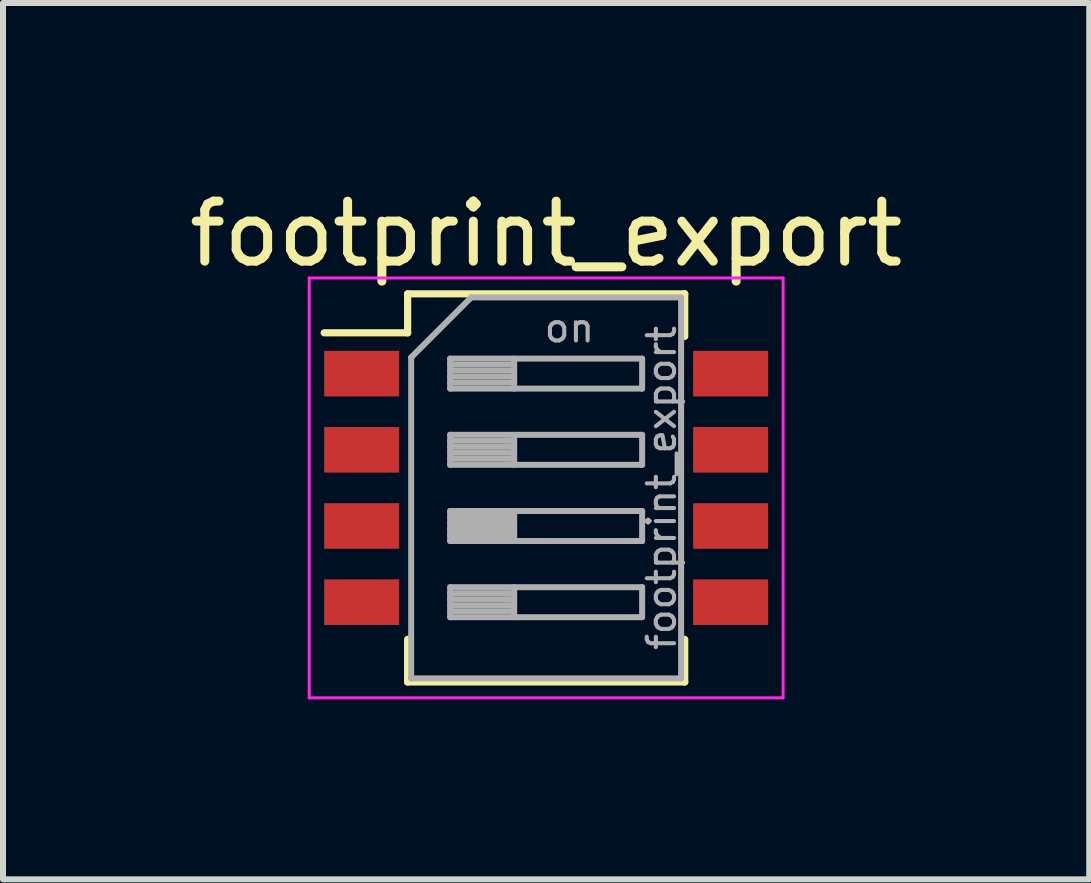
<source format=kicad_pcb>
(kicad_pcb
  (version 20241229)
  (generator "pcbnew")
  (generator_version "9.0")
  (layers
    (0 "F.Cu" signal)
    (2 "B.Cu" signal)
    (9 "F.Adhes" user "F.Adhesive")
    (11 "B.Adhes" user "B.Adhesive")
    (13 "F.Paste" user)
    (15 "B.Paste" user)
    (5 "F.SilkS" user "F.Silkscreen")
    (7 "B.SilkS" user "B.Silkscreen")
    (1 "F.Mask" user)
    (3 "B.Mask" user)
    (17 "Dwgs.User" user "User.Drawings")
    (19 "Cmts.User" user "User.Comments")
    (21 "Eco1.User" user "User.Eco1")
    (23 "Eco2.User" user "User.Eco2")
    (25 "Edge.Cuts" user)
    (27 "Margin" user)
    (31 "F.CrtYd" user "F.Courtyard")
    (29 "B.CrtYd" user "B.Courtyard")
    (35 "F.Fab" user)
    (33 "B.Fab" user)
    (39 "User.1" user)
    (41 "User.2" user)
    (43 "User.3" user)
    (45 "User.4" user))
  (footprint "footprint_export"
    (layer "F.Cu")
    (at 6.054 5.083)
    (property "Reference" "footprint_export" (at 0 -4.235 0) (layer "F.SilkS") (effects (font (size 1 1) (thickness 0.15))))
    (attr smd)
    (fp_line (start -3.7 -2.585) (end -2.309 -2.585) (stroke (width 0.12) (type solid)) (layer "F.SilkS"))
    (fp_line (start -2.309 -3.235) (end -2.309 -2.585) (stroke (width 0.12) (type solid)) (layer "F.SilkS"))
    (fp_line (start -2.309 -3.235) (end 2.31 -3.235) (stroke (width 0.12) (type solid)) (layer "F.SilkS"))
    (fp_line (start -2.309 2.525) (end -2.309 3.235) (stroke (width 0.12) (type solid)) (layer "F.SilkS"))
    (fp_line (start -2.309 3.235) (end 2.31 3.235) (stroke (width 0.12) (type solid)) (layer "F.SilkS"))
    (fp_line (start 2.31 -3.235) (end 2.31 -2.525) (stroke (width 0.12) (type solid)) (layer "F.SilkS"))
    (fp_line (start 2.31 2.525) (end 2.31 3.235) (stroke (width 0.12) (type solid)) (layer "F.SilkS"))
    (fp_line (start -3.95 -3.5) (end -3.95 3.5) (stroke (width 0.05) (type solid)) (layer "F.CrtYd"))
    (fp_line (start -3.95 3.5) (end 3.95 3.5) (stroke (width 0.05) (type solid)) (layer "F.CrtYd"))
    (fp_line (start 3.95 -3.5) (end -3.95 -3.5) (stroke (width 0.05) (type solid)) (layer "F.CrtYd"))
    (fp_line (start 3.95 3.5) (end 3.95 -3.5) (stroke (width 0.05) (type solid)) (layer "F.CrtYd"))
    (fp_line (start -2.25 -2.175) (end -1.25 -3.175) (stroke (width 0.1) (type solid)) (layer "F.Fab"))
    (fp_line (start -2.25 3.175) (end -2.25 -2.175) (stroke (width 0.1) (type solid)) (layer "F.Fab"))
    (fp_line (start -1.6 -2.155) (end -1.6 -1.655) (stroke (width 0.1) (type solid)) (layer "F.Fab"))
    (fp_line (start -1.6 -2.055) (end -0.533 -2.055) (stroke (width 0.1) (type solid)) (layer "F.Fab"))
    (fp_line (start -1.6 -1.955) (end -0.533 -1.955) (stroke (width 0.1) (type solid)) (layer "F.Fab"))
    (fp_line (start -1.6 -1.855) (end -0.533 -1.855) (stroke (width 0.1) (type solid)) (layer "F.Fab"))
    (fp_line (start -1.6 -1.755) (end -0.533 -1.755) (stroke (width 0.1) (type solid)) (layer "F.Fab"))
    (fp_line (start -1.6 -1.655) (end 1.6 -1.655) (stroke (width 0.1) (type solid)) (layer "F.Fab"))
    (fp_line (start -1.6 -0.885) (end -1.6 -0.385) (stroke (width 0.1) (type solid)) (layer "F.Fab"))
    (fp_line (start -1.6 -0.785) (end -0.533 -0.785) (stroke (width 0.1) (type solid)) (layer "F.Fab"))
    (fp_line (start -1.6 -0.685) (end -0.533 -0.685) (stroke (width 0.1) (type solid)) (layer "F.Fab"))
    (fp_line (start -1.6 -0.585) (end -0.533 -0.585) (stroke (width 0.1) (type solid)) (layer "F.Fab"))
    (fp_line (start -1.6 -0.485) (end -0.533 -0.485) (stroke (width 0.1) (type solid)) (layer "F.Fab"))
    (fp_line (start -1.6 -0.385) (end 1.6 -0.385) (stroke (width 0.1) (type solid)) (layer "F.Fab"))
    (fp_line (start -1.6 0.385) (end -1.6 0.885) (stroke (width 0.1) (type solid)) (layer "F.Fab"))
    (fp_line (start -1.6 0.485) (end -0.533 0.485) (stroke (width 0.1) (type solid)) (layer "F.Fab"))
    (fp_line (start -1.6 0.585) (end -0.533 0.585) (stroke (width 0.1) (type solid)) (layer "F.Fab"))
    (fp_line (start -1.6 0.685) (end -0.533 0.685) (stroke (width 0.1) (type solid)) (layer "F.Fab"))
    (fp_line (start -1.6 0.785) (end -0.533 0.785) (stroke (width 0.1) (type solid)) (layer "F.Fab"))
    (fp_line (start -1.6 0.885) (end 1.6 0.885) (stroke (width 0.1) (type solid)) (layer "F.Fab"))
    (fp_line (start -1.6 1.655) (end -1.6 2.155) (stroke (width 0.1) (type solid)) (layer "F.Fab"))
    (fp_line (start -1.6 1.755) (end -0.533 1.755) (stroke (width 0.1) (type solid)) (layer "F.Fab"))
    (fp_line (start -1.6 1.855) (end -0.533 1.855) (stroke (width 0.1) (type solid)) (layer "F.Fab"))
    (fp_line (start -1.6 1.955) (end -0.533 1.955) (stroke (width 0.1) (type solid)) (layer "F.Fab"))
    (fp_line (start -1.6 2.055) (end -0.533 2.055) (stroke (width 0.1) (type solid)) (layer "F.Fab"))
    (fp_line (start -1.6 2.155) (end 1.6 2.155) (stroke (width 0.1) (type solid)) (layer "F.Fab"))
    (fp_line (start -1.25 -3.175) (end 2.25 -3.175) (stroke (width 0.1) (type solid)) (layer "F.Fab"))
    (fp_line (start -0.533 -2.155) (end -0.533 -1.655) (stroke (width 0.1) (type solid)) (layer "F.Fab"))
    (fp_line (start -0.533 -0.885) (end -0.533 -0.385) (stroke (width 0.1) (type solid)) (layer "F.Fab"))
    (fp_line (start -0.533 0.385) (end -0.533 0.885) (stroke (width 0.1) (type solid)) (layer "F.Fab"))
    (fp_line (start -0.533 1.655) (end -0.533 2.155) (stroke (width 0.1) (type solid)) (layer "F.Fab"))
    (fp_line (start 1.6 -2.155) (end -1.6 -2.155) (stroke (width 0.1) (type solid)) (layer "F.Fab"))
    (fp_line (start 1.6 -1.655) (end 1.6 -2.155) (stroke (width 0.1) (type solid)) (layer "F.Fab"))
    (fp_line (start 1.6 -0.885) (end -1.6 -0.885) (stroke (width 0.1) (type solid)) (layer "F.Fab"))
    (fp_line (start 1.6 -0.385) (end 1.6 -0.885) (stroke (width 0.1) (type solid)) (layer "F.Fab"))
    (fp_line (start 1.6 0.385) (end -1.6 0.385) (stroke (width 0.1) (type solid)) (layer "F.Fab"))
    (fp_line (start 1.6 0.885) (end 1.6 0.385) (stroke (width 0.1) (type solid)) (layer "F.Fab"))
    (fp_line (start 1.6 1.655) (end -1.6 1.655) (stroke (width 0.1) (type solid)) (layer "F.Fab"))
    (fp_line (start 1.6 2.155) (end 1.6 1.655) (stroke (width 0.1) (type solid)) (layer "F.Fab"))
    (fp_line (start 2.25 -3.175) (end 2.25 3.175) (stroke (width 0.1) (type solid)) (layer "F.Fab"))
    (fp_line (start 2.25 3.175) (end -2.25 3.175) (stroke (width 0.1) (type solid)) (layer "F.Fab"))
    (fp_text user "${REFERENCE}" (at 1.925 0 90) (layer "F.Fab") (effects (font (size 0.455 0.455) (thickness 0.068))))
    (fp_text user "on" (at 0.388 -2.665 0) (layer "F.Fab") (effects (font (size 0.455 0.455) (thickness 0.068))))
    (pad "1" smd rect (at -3.075 -1.905) (size 1.25 0.76) (layers "F.Cu" "F.Mask" "F.Paste"))
    (pad "2" smd rect (at -3.075 -0.635) (size 1.25 0.76) (layers "F.Cu" "F.Mask" "F.Paste"))
    (pad "3" smd rect (at -3.075 0.635) (size 1.25 0.76) (layers "F.Cu" "F.Mask" "F.Paste"))
    (pad "4" smd rect (at -3.075 1.905) (size 1.25 0.76) (layers "F.Cu" "F.Mask" "F.Paste"))
    (pad "5" smd rect (at 3.075 1.905) (size 1.25 0.76) (layers "F.Cu" "F.Mask" "F.Paste"))
    (pad "6" smd rect (at 3.075 0.635) (size 1.25 0.76) (layers "F.Cu" "F.Mask" "F.Paste"))
    (pad "7" smd rect (at 3.075 -0.635) (size 1.25 0.76) (layers "F.Cu" "F.Mask" "F.Paste"))
    (pad "8" smd rect (at 3.075 -1.905) (size 1.25 0.76) (layers "F.Cu" "F.Mask" "F.Paste")))
  (gr_rect
    (start -3 -3)
    (end 15.107 11.608)
    (stroke (width 0.1) (type default))
    (fill no)
    (layer "Edge.Cuts")))
</source>
